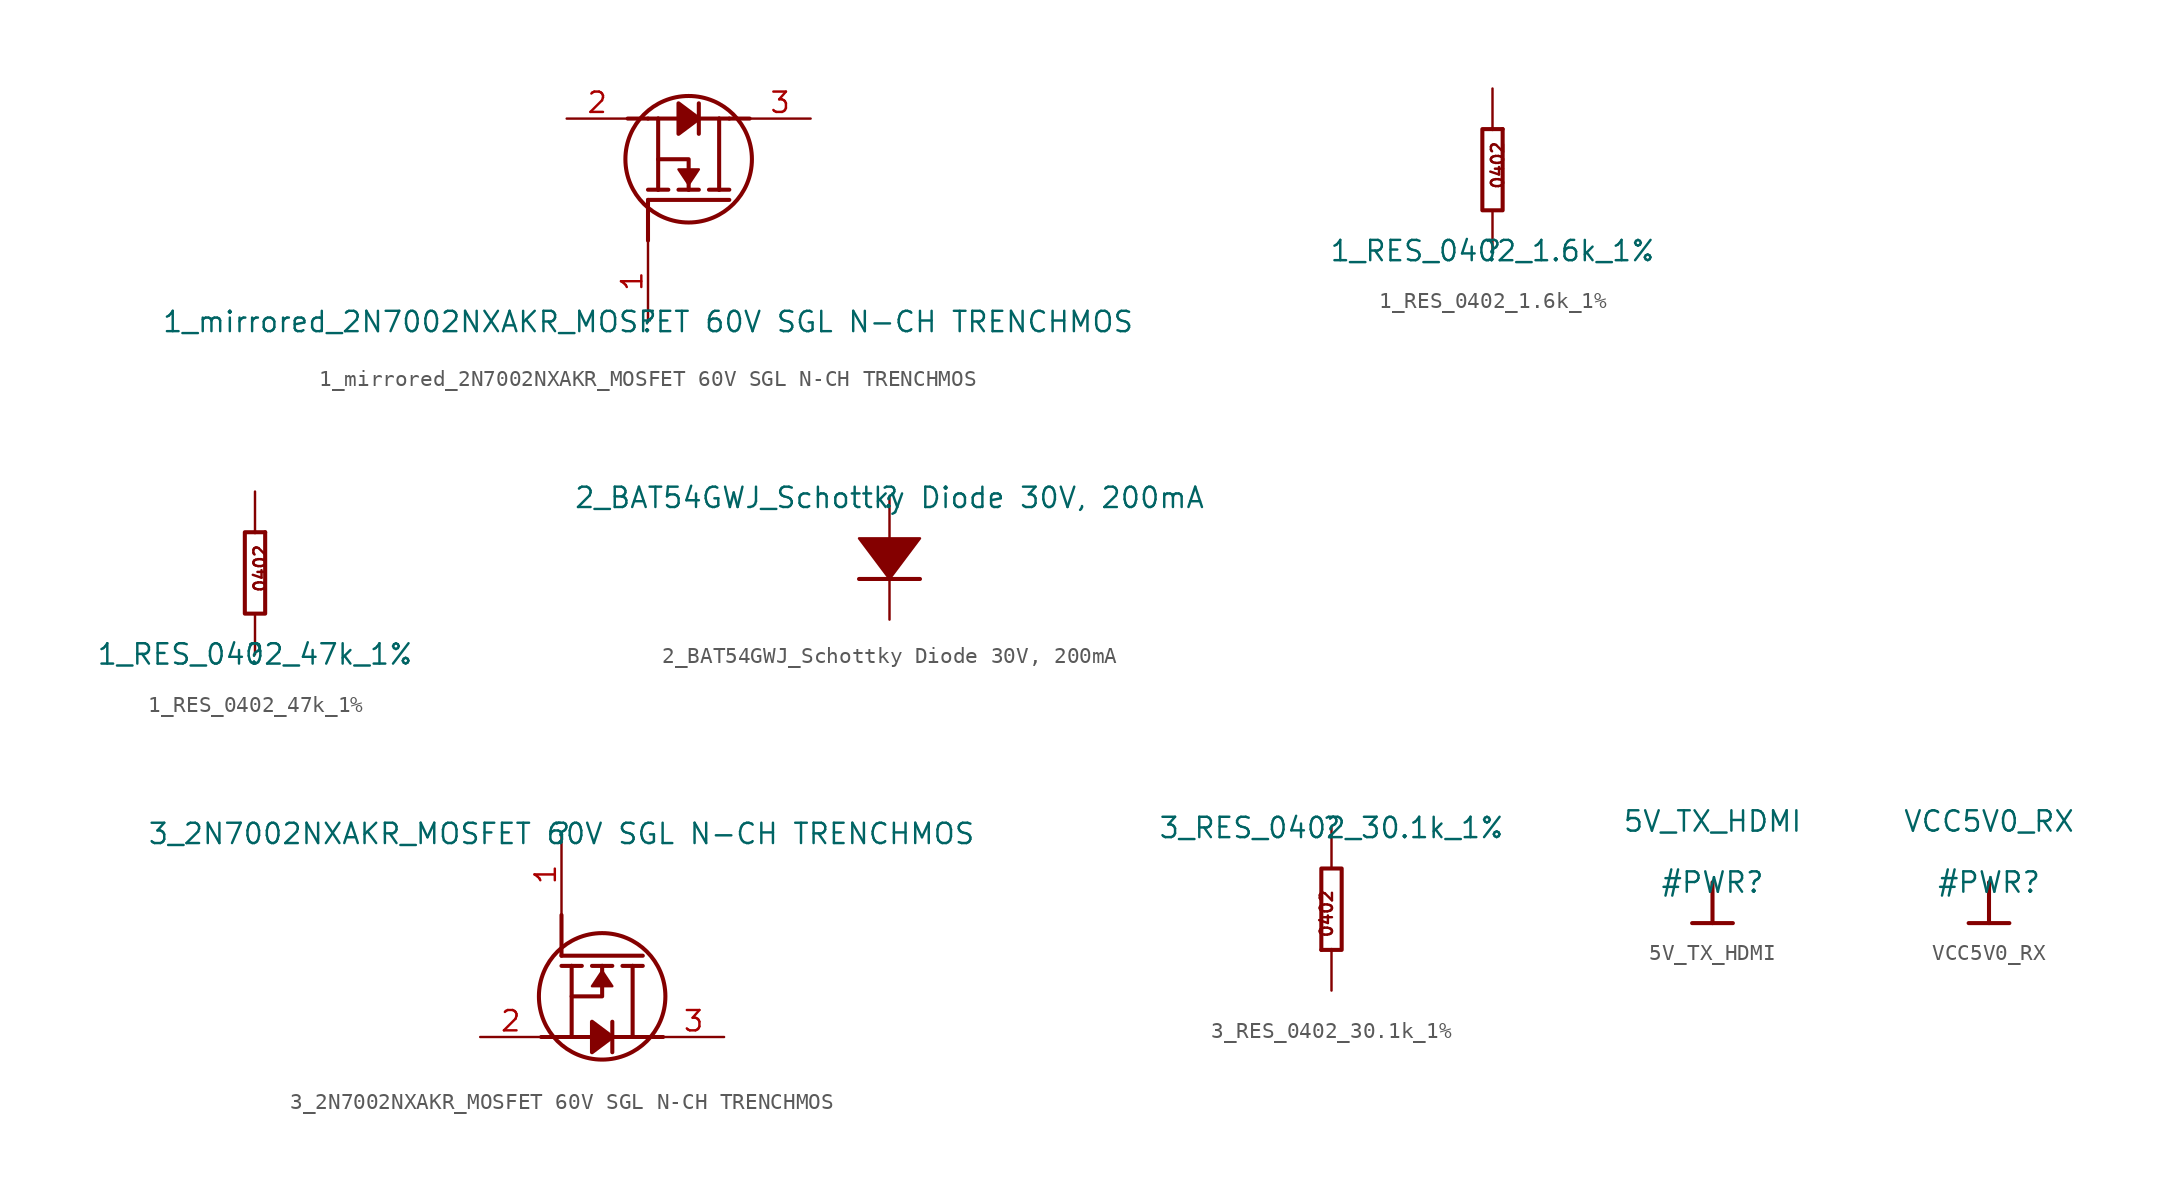
<source format=kicad_sym>
(kicad_symbol_lib
  (version 20211014)
  (generator kicad_symbol_editor)
  (symbol "1_mirrored_2N7002NXAKR_MOSFET 60V SGL N-CH TRENCHMOS"
    (property "Reference" ""
      (at 0 0 0)
      (effects (font (size 1.27 1.27))))
    (property "Value" "1_mirrored_2N7002NXAKR_MOSFET 60V SGL N-CH TRENCHMOS"
      (at 0 0 0)
      (effects (font (size 1.27 1.27))))
    (symbol "1_mirrored_2N7002NXAKR_MOSFET 60V SGL N-CH TRENCHMOS_1_0"
      (polyline (pts (xy 0 5.08) (xy 0 7.62)) (stroke (width 0.254) (type default) (color 0 0 0 0)) (fill (type none)))
      (polyline (pts (xy 0 7.62) (xy 5.08 7.62)) (stroke (width 0.254) (type default) (color 0 0 0 0)) (fill (type none)))
      (polyline (pts (xy 0 12.7) (xy -1.27 12.7)) (stroke (width 0.254) (type default) (color 0 0 0 0)) (fill (type none)))
      (polyline (pts (xy 0.635 8.255) (xy 0 8.255)) (stroke (width 0.254) (type default) (color 0 0 0 0)) (fill (type none)))
      (polyline (pts (xy 0.635 8.255) (xy 1.27 8.255)) (stroke (width 0.254) (type default) (color 0 0 0 0)) (fill (type none)))
      (polyline (pts (xy 0.635 10.16) (xy 0.635 12.7)) (stroke (width 0.254) (type default) (color 0 0 0 0)) (fill (type none)))
      (polyline (pts (xy 0.635 12.7) (xy 0 12.7)) (stroke (width 0.254) (type default) (color 0 0 0 0)) (fill (type none)))
      (polyline (pts (xy 0.635 12.7) (xy 1.905 12.7)) (stroke (width 0.254) (type default) (color 0 0 0 0)) (fill (type none)))
      (polyline (pts (xy 2.54 8.255) (xy 1.905 8.255)) (stroke (width 0.254) (type default) (color 0 0 0 0)) (fill (type none)))
      (polyline (pts (xy 2.54 8.255) (xy 3.175 8.255)) (stroke (width 0.254) (type default) (color 0 0 0 0)) (fill (type none)))
      (polyline (pts (xy 3.175 12.7) (xy 3.175 11.748)) (stroke (width 0.254) (type default) (color 0 0 0 0)) (fill (type none)))
      (polyline (pts (xy 3.175 12.7) (xy 3.175 13.653)) (stroke (width 0.254) (type default) (color 0 0 0 0)) (fill (type none)))
      (polyline (pts (xy 4.445 8.255) (xy 3.81 8.255)) (stroke (width 0.254) (type default) (color 0 0 0 0)) (fill (type none)))
      (polyline (pts (xy 4.445 8.255) (xy 4.445 12.7)) (stroke (width 0.254) (type default) (color 0 0 0 0)) (fill (type none)))
      (polyline (pts (xy 4.445 8.255) (xy 5.08 8.255)) (stroke (width 0.254) (type default) (color 0 0 0 0)) (fill (type none)))
      (polyline (pts (xy 4.445 12.7) (xy 3.175 12.7)) (stroke (width 0.254) (type default) (color 0 0 0 0)) (fill (type none)))
      (polyline (pts (xy 4.445 12.7) (xy 5.08 12.7)) (stroke (width 0.254) (type default) (color 0 0 0 0)) (fill (type none)))
      (polyline (pts (xy 5.08 12.7) (xy 6.35 12.7)) (stroke (width 0.254) (type default) (color 0 0 0 0)) (fill (type none)))
      (polyline (pts (xy 1.905 12.7) (xy 1.905 11.748) (xy 3.175 12.7)) (stroke (width 0.254) (type default) (color 0 0 0 0)) (fill (type none)))
      (polyline (pts (xy 1.905 12.7) (xy 1.905 13.653) (xy 3.175 12.7)) (stroke (width 0.254) (type default) (color 0 0 0 0)) (fill (type none)))
      (polyline (pts (xy 1.905 13.653) (xy 1.905 11.748) (xy 3.175 12.7) (xy 1.905 13.653)) (stroke (width 0) (type default) (color 0 0 0 0)) (fill (type outline)))
      (polyline (pts (xy 2.54 8.255) (xy 2.54 10.16) (xy 0.635 10.16) (xy 0.635 8.255)) (stroke (width 0.254) (type default) (color 0 0 0 0)) (fill (type none)))
      (polyline (pts (xy 2.54 9.525) (xy 1.905 9.525) (xy 2.54 8.573) (xy 3.175 9.525) (xy 2.54 9.525)) (stroke (width 0) (type default) (color 0 0 0 0)) (fill (type outline)))
      (circle (center 2.54 10.16) (radius 3.952) (stroke (width 0.254) (type default) (color 0 0 0 0)) (fill (type none)))
      (pin passive line (at 0 0 90) (length 5.08) (name "G" (effects (font (size 0 0)))) (number "1" (effects (font (size 1.27 1.27)))))
      (pin passive line (at -5.08 12.7 0) (length 3.81) (name "S" (effects (font (size 0 0)))) (number "2" (effects (font (size 1.27 1.27)))))
      (pin passive line (at 10.16 12.7 180) (length 3.81) (name "D" (effects (font (size 0 0)))) (number "3" (effects (font (size 1.27 1.27)))))))
  (symbol "1_RES_0402_1.6k_1%"
    (property "Reference" ""
      (at 0 0 0)
      (effects (font (size 1.27 1.27))))
    (property "Value" "1_RES_0402_1.6k_1%"
      (at 0 0 0)
      (effects (font (size 1.27 1.27))))
    (symbol "1_RES_0402_1.6k_1%_1_0"
      (polyline (pts (xy 0.635 7.62) (xy 0 7.62)) (stroke (width 0.254) (type default) (color 0 0 0 0)) (fill (type none)))
      (polyline (pts (xy 0 7.62) (xy -0.635 7.62) (xy -0.635 2.54) (xy 0.635 2.54) (xy 0.635 7.62)) (stroke (width 0.254) (type default) (color 0 0 0 0)) (fill (type none)))
      (text "0402" (at 0.762 3.81 900) (effects (font (size 0.762 0.762)) (justify left bottom)))
      (pin passive line (at 0 0 90) (length 2.54) (name "1" (effects (font (size 0 0)))) (number "1" (effects (font (size 0 0)))))
      (pin passive line (at 0 10.16 270) (length 2.54) (name "2" (effects (font (size 0 0)))) (number "2" (effects (font (size 0 0)))))))
  (symbol "1_RES_0402_47k_1%"
    (property "Reference" ""
      (at 0 0 0)
      (effects (font (size 1.27 1.27))))
    (property "Value" "1_RES_0402_47k_1%"
      (at 0 0 0)
      (effects (font (size 1.27 1.27))))
    (symbol "1_RES_0402_47k_1%_1_0"
      (polyline (pts (xy 0.635 7.62) (xy 0 7.62)) (stroke (width 0.254) (type default) (color 0 0 0 0)) (fill (type none)))
      (polyline (pts (xy 0 7.62) (xy -0.635 7.62) (xy -0.635 2.54) (xy 0.635 2.54) (xy 0.635 7.62)) (stroke (width 0.254) (type default) (color 0 0 0 0)) (fill (type none)))
      (text "0402" (at 0.762 3.81 900) (effects (font (size 0.762 0.762)) (justify left bottom)))
      (pin passive line (at 0 0 90) (length 2.54) (name "1" (effects (font (size 0 0)))) (number "1" (effects (font (size 0 0)))))
      (pin passive line (at 0 10.16 270) (length 2.54) (name "2" (effects (font (size 0 0)))) (number "2" (effects (font (size 0 0)))))))
  (symbol "2_BAT54GWJ_Schottky Diode 30V, 200mA"
    (property "Reference" ""
      (at 0 0 0)
      (effects (font (size 1.27 1.27))))
    (property "Value" "2_BAT54GWJ_Schottky Diode 30V, 200mA"
      (at 0 0 0)
      (effects (font (size 1.27 1.27))))
    (symbol "2_BAT54GWJ_Schottky Diode 30V, 200mA_1_0"
      (polyline (pts (xy 1.905 -5.08) (xy -1.905 -5.08)) (stroke (width 0.254) (type default) (color 0 0 0 0)) (fill (type none)))
      (polyline (pts (xy -1.905 -2.54) (xy 1.905 -2.54) (xy 0 -5.08) (xy -1.905 -2.54)) (stroke (width 0) (type default) (color 0 0 0 0)) (fill (type outline)))
      (pin passive line (at 0 -7.62 90) (length 2.54) (name "1" (effects (font (size 0 0)))) (number "1" (effects (font (size 0 0)))))
      (pin passive line (at 0 0 270) (length 2.54) (name "2" (effects (font (size 0 0)))) (number "2" (effects (font (size 0 0)))))))
  (symbol "3_2N7002NXAKR_MOSFET 60V SGL N-CH TRENCHMOS"
    (property "Reference" ""
      (at 0 0 0)
      (effects (font (size 1.27 1.27))))
    (property "Value" "3_2N7002NXAKR_MOSFET 60V SGL N-CH TRENCHMOS"
      (at 0 0 0)
      (effects (font (size 1.27 1.27))))
    (symbol "3_2N7002NXAKR_MOSFET 60V SGL N-CH TRENCHMOS_1_0"
      (polyline (pts (xy 0 -12.7) (xy -1.27 -12.7)) (stroke (width 0.254) (type default) (color 0 0 0 0)) (fill (type none)))
      (polyline (pts (xy 0 -7.62) (xy 5.08 -7.62)) (stroke (width 0.254) (type default) (color 0 0 0 0)) (fill (type none)))
      (polyline (pts (xy 0 -5.08) (xy 0 -7.62)) (stroke (width 0.254) (type default) (color 0 0 0 0)) (fill (type none)))
      (polyline (pts (xy 0.635 -12.7) (xy 0 -12.7)) (stroke (width 0.254) (type default) (color 0 0 0 0)) (fill (type none)))
      (polyline (pts (xy 0.635 -12.7) (xy 1.905 -12.7)) (stroke (width 0.254) (type default) (color 0 0 0 0)) (fill (type none)))
      (polyline (pts (xy 0.635 -10.16) (xy 0.635 -12.7)) (stroke (width 0.254) (type default) (color 0 0 0 0)) (fill (type none)))
      (polyline (pts (xy 0.635 -8.255) (xy 0 -8.255)) (stroke (width 0.254) (type default) (color 0 0 0 0)) (fill (type none)))
      (polyline (pts (xy 0.635 -8.255) (xy 1.27 -8.255)) (stroke (width 0.254) (type default) (color 0 0 0 0)) (fill (type none)))
      (polyline (pts (xy 2.54 -8.255) (xy 1.905 -8.255)) (stroke (width 0.254) (type default) (color 0 0 0 0)) (fill (type none)))
      (polyline (pts (xy 2.54 -8.255) (xy 3.175 -8.255)) (stroke (width 0.254) (type default) (color 0 0 0 0)) (fill (type none)))
      (polyline (pts (xy 3.175 -12.7) (xy 3.175 -13.652)) (stroke (width 0.254) (type default) (color 0 0 0 0)) (fill (type none)))
      (polyline (pts (xy 3.175 -12.7) (xy 3.175 -11.747)) (stroke (width 0.254) (type default) (color 0 0 0 0)) (fill (type none)))
      (polyline (pts (xy 4.445 -12.7) (xy 3.175 -12.7)) (stroke (width 0.254) (type default) (color 0 0 0 0)) (fill (type none)))
      (polyline (pts (xy 4.445 -12.7) (xy 5.08 -12.7)) (stroke (width 0.254) (type default) (color 0 0 0 0)) (fill (type none)))
      (polyline (pts (xy 4.445 -8.255) (xy 3.81 -8.255)) (stroke (width 0.254) (type default) (color 0 0 0 0)) (fill (type none)))
      (polyline (pts (xy 4.445 -8.255) (xy 4.445 -12.7)) (stroke (width 0.254) (type default) (color 0 0 0 0)) (fill (type none)))
      (polyline (pts (xy 4.445 -8.255) (xy 5.08 -8.255)) (stroke (width 0.254) (type default) (color 0 0 0 0)) (fill (type none)))
      (polyline (pts (xy 5.08 -12.7) (xy 6.35 -12.7)) (stroke (width 0.254) (type default) (color 0 0 0 0)) (fill (type none)))
      (polyline (pts (xy 1.905 -12.7) (xy 1.905 -13.652) (xy 3.175 -12.7)) (stroke (width 0.254) (type default) (color 0 0 0 0)) (fill (type none)))
      (polyline (pts (xy 1.905 -12.7) (xy 1.905 -11.747) (xy 3.175 -12.7)) (stroke (width 0.254) (type default) (color 0 0 0 0)) (fill (type none)))
      (polyline (pts (xy 1.905 -13.652) (xy 1.905 -11.747) (xy 3.175 -12.7) (xy 1.905 -13.652)) (stroke (width 0) (type default) (color 0 0 0 0)) (fill (type outline)))
      (polyline (pts (xy 2.54 -8.255) (xy 2.54 -10.16) (xy 0.635 -10.16) (xy 0.635 -8.255)) (stroke (width 0.254) (type default) (color 0 0 0 0)) (fill (type none)))
      (polyline (pts (xy 2.54 -9.525) (xy 1.905 -9.525) (xy 2.54 -8.572) (xy 3.175 -9.525) (xy 2.54 -9.525)) (stroke (width 0) (type default) (color 0 0 0 0)) (fill (type outline)))
      (circle (center 2.54 -10.16) (radius 3.952) (stroke (width 0.254) (type default) (color 0 0 0 0)) (fill (type none)))
      (pin passive line (at 0 0 270) (length 5.08) (name "G" (effects (font (size 0 0)))) (number "1" (effects (font (size 1.27 1.27)))))
      (pin passive line (at -5.08 -12.7 0) (length 3.81) (name "S" (effects (font (size 0 0)))) (number "2" (effects (font (size 1.27 1.27)))))
      (pin passive line (at 10.16 -12.7 180) (length 3.81) (name "D" (effects (font (size 0 0)))) (number "3" (effects (font (size 1.27 1.27)))))))
  (symbol "3_RES_0402_30.1k_1%"
    (property "Reference" ""
      (at 0 0 0)
      (effects (font (size 1.27 1.27))))
    (property "Value" "3_RES_0402_30.1k_1%"
      (at 0 0 0)
      (effects (font (size 1.27 1.27))))
    (symbol "3_RES_0402_30.1k_1%_1_0"
      (polyline (pts (xy -0.635 -7.62) (xy 0 -7.62)) (stroke (width 0.254) (type default) (color 0 0 0 0)) (fill (type none)))
      (polyline (pts (xy 0 -7.62) (xy 0.635 -7.62) (xy 0.635 -2.54) (xy -0.635 -2.54) (xy -0.635 -7.62)) (stroke (width 0.254) (type default) (color 0 0 0 0)) (fill (type none)))
      (text "0402" (at -0.762 -3.81 900) (effects (font (size 0.762 0.762)) (justify right top)))
      (pin passive line (at 0 0 270) (length 2.54) (name "1" (effects (font (size 0 0)))) (number "1" (effects (font (size 0 0)))))
      (pin passive line (at 0 -10.16 90) (length 2.54) (name "2" (effects (font (size 0 0)))) (number "2" (effects (font (size 0 0)))))))
  (symbol "5V_TX_HDMI"
    (power)
    (property "Reference" "#PWR"
      (at 0 0 0)
      (effects (font (size 1.27 1.27))))
    (property "Value" "5V_TX_HDMI"
      (at 0 3.81 0)
      (effects (font (size 1.27 1.27))))
    (symbol "5V_TX_HDMI_0_0"
      (polyline (pts (xy -1.27 -2.54) (xy 1.27 -2.54)) (stroke (width 0.254) (type default) (color 0 0 0 0)) (fill (type none)))
      (polyline (pts (xy 0 0) (xy 0 -2.54)) (stroke (width 0.254) (type default) (color 0 0 0 0)) (fill (type none)))
      (pin power_in line (at 0 0 0) (length 0) hide (name "5V_TX_HDMI" (effects (font (size 1.27 1.27)))) (number "" (effects (font (size 1.27 1.27)))))))
  (symbol "VCC5V0_RX"
    (power)
    (property "Reference" "#PWR"
      (at 0 0 0)
      (effects (font (size 1.27 1.27))))
    (property "Value" "VCC5V0_RX"
      (at 0 3.81 0)
      (effects (font (size 1.27 1.27))))
    (symbol "VCC5V0_RX_0_0"
      (polyline (pts (xy -1.27 -2.54) (xy 1.27 -2.54)) (stroke (width 0.254) (type default) (color 0 0 0 0)) (fill (type none)))
      (polyline (pts (xy 0 0) (xy 0 -2.54)) (stroke (width 0.254) (type default) (color 0 0 0 0)) (fill (type none)))
      (pin power_in line (at 0 0 0) (length 0) hide (name "VCC5V0_RX" (effects (font (size 1.27 1.27)))) (number "" (effects (font (size 1.27 1.27))))))))
</source>
